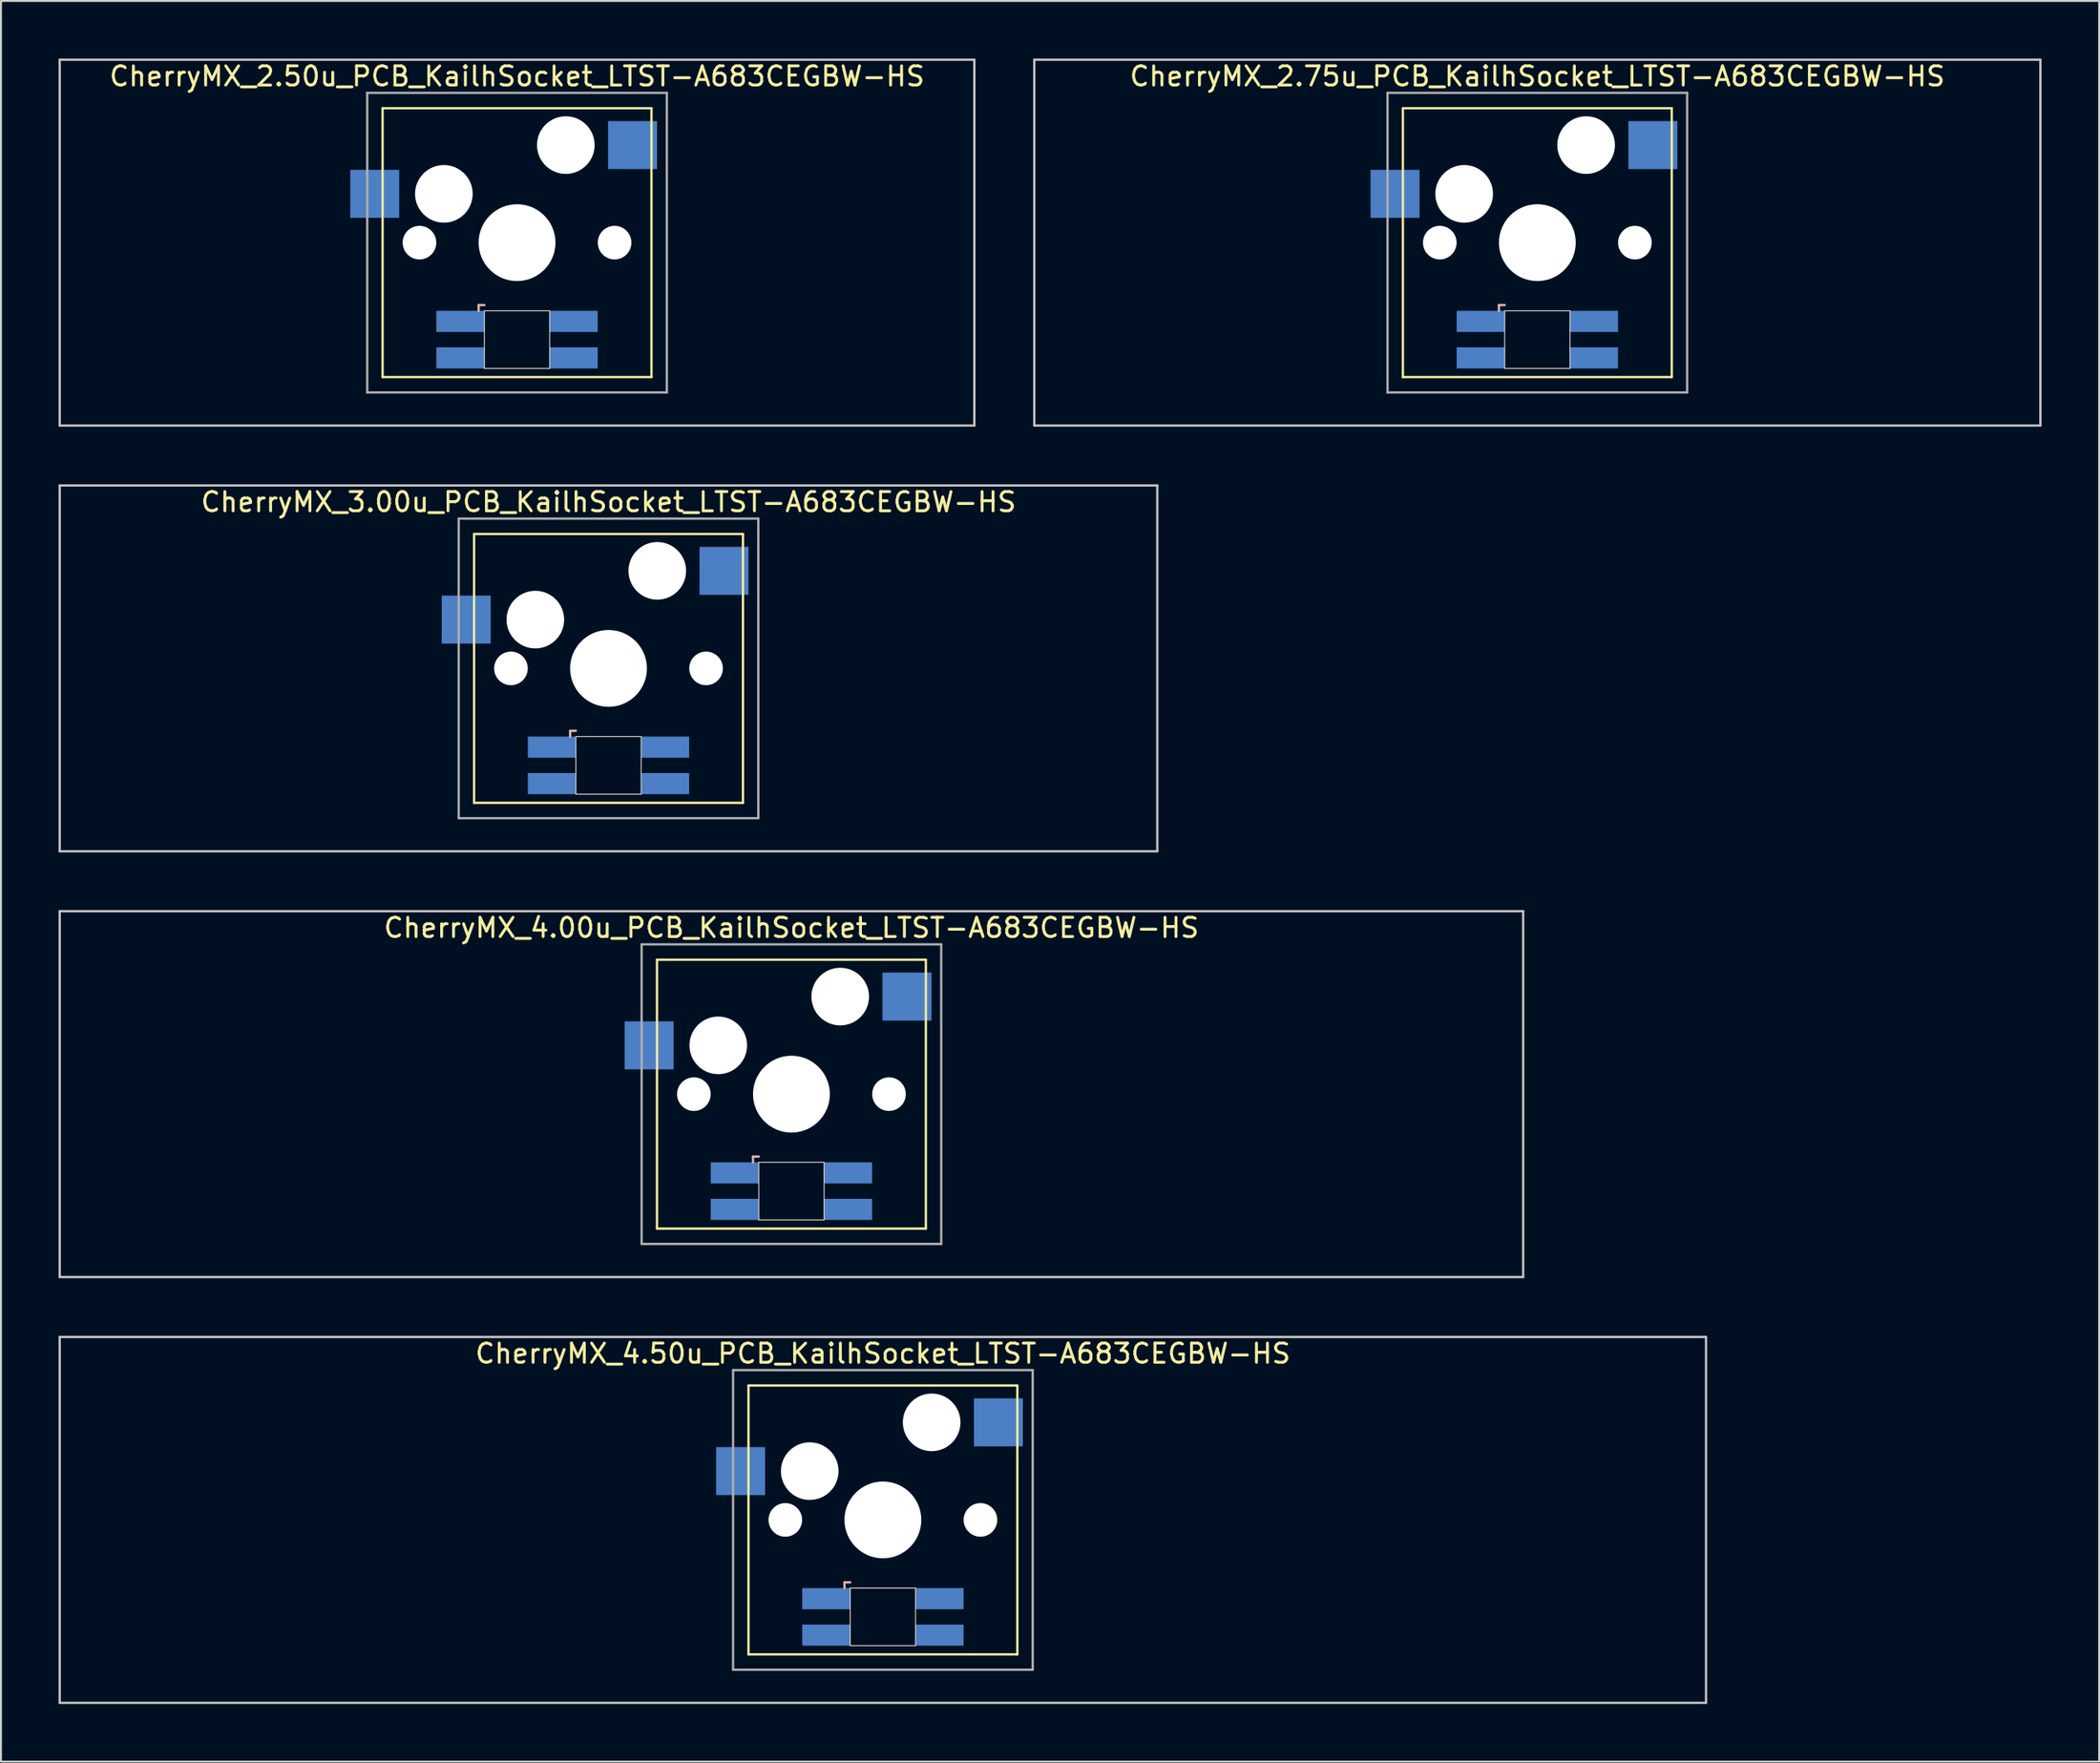
<source format=kicad_pcb>
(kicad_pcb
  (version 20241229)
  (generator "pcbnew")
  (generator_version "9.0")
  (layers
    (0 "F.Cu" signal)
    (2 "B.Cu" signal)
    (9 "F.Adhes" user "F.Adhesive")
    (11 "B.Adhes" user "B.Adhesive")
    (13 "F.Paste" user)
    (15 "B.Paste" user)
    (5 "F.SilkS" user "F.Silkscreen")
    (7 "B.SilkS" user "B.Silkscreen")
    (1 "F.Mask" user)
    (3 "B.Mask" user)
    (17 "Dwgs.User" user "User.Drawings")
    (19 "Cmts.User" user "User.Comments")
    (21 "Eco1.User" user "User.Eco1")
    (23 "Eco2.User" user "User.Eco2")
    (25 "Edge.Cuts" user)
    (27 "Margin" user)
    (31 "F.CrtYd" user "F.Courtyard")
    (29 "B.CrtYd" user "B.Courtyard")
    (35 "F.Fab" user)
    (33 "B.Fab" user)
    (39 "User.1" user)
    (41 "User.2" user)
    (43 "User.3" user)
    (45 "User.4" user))
  (footprint "CherryMX_3.00u_PCB_KailhSocket_LTST-A683CEGBW-HS"
    (layer "F.Cu")
    (at 28.635 31.755)
    (property "Reference" "CherryMX_3.00u_PCB_KailhSocket_LTST-A683CEGBW-HS" (at 0 -8.662 0) (layer "F.SilkS") (effects (font (size 1 1) (thickness 0.15))))
    (attr through_hole)
    (fp_line (start -7 -7) (end -7 7) (stroke (width 0.12) (type solid)) (layer "F.SilkS"))
    (fp_line (start -7 -7) (end 7 -7) (stroke (width 0.12) (type solid)) (layer "F.SilkS"))
    (fp_line (start 7 -7) (end 7 7) (stroke (width 0.12) (type solid)) (layer "F.SilkS"))
    (fp_line (start 7 7) (end -7 7) (stroke (width 0.12) (type solid)) (layer "F.SilkS"))
    (fp_line (start -2 3.25) (end -2 3.55) (stroke (width 0.12) (type solid)) (layer "B.SilkS"))
    (fp_line (start -1.7 3.25) (end -2 3.25) (stroke (width 0.12) (type solid)) (layer "B.SilkS"))
    (fp_line (start -28.575 -9.525) (end 28.575 -9.525) (stroke (width 0.12) (type solid)) (layer "Dwgs.User"))
    (fp_line (start -28.575 9.525) (end -28.575 -9.525) (stroke (width 0.12) (type solid)) (layer "Dwgs.User"))
    (fp_line (start 28.575 -9.525) (end 28.575 9.525) (stroke (width 0.12) (type solid)) (layer "Dwgs.User"))
    (fp_line (start 28.575 9.525) (end -28.575 9.525) (stroke (width 0.12) (type solid)) (layer "Dwgs.User"))
    (fp_line (start -1.7 3.55) (end 1.7 3.55) (stroke (width 0.05) (type solid)) (layer "Edge.Cuts"))
    (fp_line (start -1.7 6.55) (end -1.7 3.55) (stroke (width 0.05) (type solid)) (layer "Edge.Cuts"))
    (fp_line (start 1.7 3.55) (end 1.7 6.55) (stroke (width 0.05) (type solid)) (layer "Edge.Cuts"))
    (fp_line (start 1.7 6.55) (end -1.7 6.55) (stroke (width 0.05) (type solid)) (layer "Edge.Cuts"))
    (fp_line (start -7.8 -7.8) (end -7.8 7.8) (stroke (width 0.12) (type solid)) (layer "F.Fab"))
    (fp_line (start -7.8 -7.8) (end 7.8 -7.8) (stroke (width 0.12) (type solid)) (layer "F.Fab"))
    (fp_line (start -7.8 7.8) (end 7.8 7.8) (stroke (width 0.12) (type solid)) (layer "F.Fab"))
    (fp_line (start 7.8 -7.8) (end 7.8 7.8) (stroke (width 0.12) (type solid)) (layer "F.Fab"))
    (pad "" np_thru_hole circle (at -5.08 0) (size 1.75 1.75) (drill 1.75) (layers "*.Cu" "*.Mask"))
    (pad "" np_thru_hole circle (at -3.81 -2.54) (size 3 3) (drill 3) (layers "*.Cu" "*.Mask"))
    (pad "" np_thru_hole circle (at 0 0) (size 4 4) (drill 4) (layers "*.Cu" "*.Mask"))
    (pad "" np_thru_hole circle (at 2.54 -5.08) (size 3 3) (drill 3) (layers "*.Cu" "*.Mask"))
    (pad "" np_thru_hole circle (at 5.08 0) (size 1.75 1.75) (drill 1.75) (layers "*.Cu" "*.Mask"))
    (pad "1" smd rect (at -7.41 -2.54) (size 2.55 2.5) (layers "B.Cu" "B.Mask" "B.Paste"))
    (pad "2" smd rect (at 6.015 -5.08) (size 2.55 2.5) (layers "B.Cu" "B.Mask" "B.Paste"))
    (pad "3" smd rect (at -2.95 4.1) (size 2.5 1.1) (layers "B.Cu" "B.Mask" "B.Paste"))
    (pad "4" smd rect (at -2.95 6) (size 2.5 1.1) (layers "B.Cu" "B.Mask" "B.Paste"))
    (pad "5" smd rect (at 2.95 4.1) (size 2.5 1.1) (layers "B.Cu" "B.Mask" "B.Paste"))
    (pad "6" smd rect (at 2.95 6) (size 2.5 1.1) (layers "B.Cu" "B.Mask" "B.Paste")))
  (footprint "CherryMX_2.75u_PCB_KailhSocket_LTST-A683CEGBW-HS"
    (layer "F.Cu")
    (at 76.999 9.585)
    (property "Reference" "CherryMX_2.75u_PCB_KailhSocket_LTST-A683CEGBW-HS" (at 0 -8.662 0) (layer "F.SilkS") (effects (font (size 1 1) (thickness 0.15))))
    (attr through_hole)
    (fp_line (start -7 -7) (end -7 7) (stroke (width 0.12) (type solid)) (layer "F.SilkS"))
    (fp_line (start -7 -7) (end 7 -7) (stroke (width 0.12) (type solid)) (layer "F.SilkS"))
    (fp_line (start 7 -7) (end 7 7) (stroke (width 0.12) (type solid)) (layer "F.SilkS"))
    (fp_line (start 7 7) (end -7 7) (stroke (width 0.12) (type solid)) (layer "F.SilkS"))
    (fp_line (start -2 3.25) (end -2 3.55) (stroke (width 0.12) (type solid)) (layer "B.SilkS"))
    (fp_line (start -1.7 3.25) (end -2 3.25) (stroke (width 0.12) (type solid)) (layer "B.SilkS"))
    (fp_line (start -26.194 -9.525) (end 26.194 -9.525) (stroke (width 0.12) (type solid)) (layer "Dwgs.User"))
    (fp_line (start -26.194 9.525) (end -26.194 -9.525) (stroke (width 0.12) (type solid)) (layer "Dwgs.User"))
    (fp_line (start 26.194 -9.525) (end 26.194 9.525) (stroke (width 0.12) (type solid)) (layer "Dwgs.User"))
    (fp_line (start 26.194 9.525) (end -26.194 9.525) (stroke (width 0.12) (type solid)) (layer "Dwgs.User"))
    (fp_line (start -1.7 3.55) (end 1.7 3.55) (stroke (width 0.05) (type solid)) (layer "Edge.Cuts"))
    (fp_line (start -1.7 6.55) (end -1.7 3.55) (stroke (width 0.05) (type solid)) (layer "Edge.Cuts"))
    (fp_line (start 1.7 3.55) (end 1.7 6.55) (stroke (width 0.05) (type solid)) (layer "Edge.Cuts"))
    (fp_line (start 1.7 6.55) (end -1.7 6.55) (stroke (width 0.05) (type solid)) (layer "Edge.Cuts"))
    (fp_line (start -7.8 -7.8) (end -7.8 7.8) (stroke (width 0.12) (type solid)) (layer "F.Fab"))
    (fp_line (start -7.8 -7.8) (end 7.8 -7.8) (stroke (width 0.12) (type solid)) (layer "F.Fab"))
    (fp_line (start -7.8 7.8) (end 7.8 7.8) (stroke (width 0.12) (type solid)) (layer "F.Fab"))
    (fp_line (start 7.8 -7.8) (end 7.8 7.8) (stroke (width 0.12) (type solid)) (layer "F.Fab"))
    (pad "" np_thru_hole circle (at -5.08 0) (size 1.75 1.75) (drill 1.75) (layers "*.Cu" "*.Mask"))
    (pad "" np_thru_hole circle (at -3.81 -2.54) (size 3 3) (drill 3) (layers "*.Cu" "*.Mask"))
    (pad "" np_thru_hole circle (at 0 0) (size 4 4) (drill 4) (layers "*.Cu" "*.Mask"))
    (pad "" np_thru_hole circle (at 2.54 -5.08) (size 3 3) (drill 3) (layers "*.Cu" "*.Mask"))
    (pad "" np_thru_hole circle (at 5.08 0) (size 1.75 1.75) (drill 1.75) (layers "*.Cu" "*.Mask"))
    (pad "1" smd rect (at -7.41 -2.54) (size 2.55 2.5) (layers "B.Cu" "B.Mask" "B.Paste"))
    (pad "2" smd rect (at 6.015 -5.08) (size 2.55 2.5) (layers "B.Cu" "B.Mask" "B.Paste"))
    (pad "3" smd rect (at -2.95 4.1) (size 2.5 1.1) (layers "B.Cu" "B.Mask" "B.Paste"))
    (pad "4" smd rect (at -2.95 6) (size 2.5 1.1) (layers "B.Cu" "B.Mask" "B.Paste"))
    (pad "5" smd rect (at 2.95 4.1) (size 2.5 1.1) (layers "B.Cu" "B.Mask" "B.Paste"))
    (pad "6" smd rect (at 2.95 6) (size 2.5 1.1) (layers "B.Cu" "B.Mask" "B.Paste")))
  (footprint "CherryMX_4.50u_PCB_KailhSocket_LTST-A683CEGBW-HS"
    (layer "F.Cu")
    (at 42.922 76.095)
    (property "Reference" "CherryMX_4.50u_PCB_KailhSocket_LTST-A683CEGBW-HS" (at 0 -8.662 0) (layer "F.SilkS") (effects (font (size 1 1) (thickness 0.15))))
    (attr through_hole)
    (fp_line (start -7 -7) (end -7 7) (stroke (width 0.12) (type solid)) (layer "F.SilkS"))
    (fp_line (start -7 -7) (end 7 -7) (stroke (width 0.12) (type solid)) (layer "F.SilkS"))
    (fp_line (start 7 -7) (end 7 7) (stroke (width 0.12) (type solid)) (layer "F.SilkS"))
    (fp_line (start 7 7) (end -7 7) (stroke (width 0.12) (type solid)) (layer "F.SilkS"))
    (fp_line (start -2 3.25) (end -2 3.55) (stroke (width 0.12) (type solid)) (layer "B.SilkS"))
    (fp_line (start -1.7 3.25) (end -2 3.25) (stroke (width 0.12) (type solid)) (layer "B.SilkS"))
    (fp_line (start -42.862 -9.525) (end 42.862 -9.525) (stroke (width 0.12) (type solid)) (layer "Dwgs.User"))
    (fp_line (start -42.862 9.525) (end -42.862 -9.525) (stroke (width 0.12) (type solid)) (layer "Dwgs.User"))
    (fp_line (start 42.862 -9.525) (end 42.862 9.525) (stroke (width 0.12) (type solid)) (layer "Dwgs.User"))
    (fp_line (start 42.862 9.525) (end -42.862 9.525) (stroke (width 0.12) (type solid)) (layer "Dwgs.User"))
    (fp_line (start -1.7 3.55) (end 1.7 3.55) (stroke (width 0.05) (type solid)) (layer "Edge.Cuts"))
    (fp_line (start -1.7 6.55) (end -1.7 3.55) (stroke (width 0.05) (type solid)) (layer "Edge.Cuts"))
    (fp_line (start 1.7 3.55) (end 1.7 6.55) (stroke (width 0.05) (type solid)) (layer "Edge.Cuts"))
    (fp_line (start 1.7 6.55) (end -1.7 6.55) (stroke (width 0.05) (type solid)) (layer "Edge.Cuts"))
    (fp_line (start -7.8 -7.8) (end -7.8 7.8) (stroke (width 0.12) (type solid)) (layer "F.Fab"))
    (fp_line (start -7.8 -7.8) (end 7.8 -7.8) (stroke (width 0.12) (type solid)) (layer "F.Fab"))
    (fp_line (start -7.8 7.8) (end 7.8 7.8) (stroke (width 0.12) (type solid)) (layer "F.Fab"))
    (fp_line (start 7.8 -7.8) (end 7.8 7.8) (stroke (width 0.12) (type solid)) (layer "F.Fab"))
    (pad "" np_thru_hole circle (at -5.08 0) (size 1.75 1.75) (drill 1.75) (layers "*.Cu" "*.Mask"))
    (pad "" np_thru_hole circle (at -3.81 -2.54) (size 3 3) (drill 3) (layers "*.Cu" "*.Mask"))
    (pad "" np_thru_hole circle (at 0 0) (size 4 4) (drill 4) (layers "*.Cu" "*.Mask"))
    (pad "" np_thru_hole circle (at 2.54 -5.08) (size 3 3) (drill 3) (layers "*.Cu" "*.Mask"))
    (pad "" np_thru_hole circle (at 5.08 0) (size 1.75 1.75) (drill 1.75) (layers "*.Cu" "*.Mask"))
    (pad "1" smd rect (at -7.41 -2.54) (size 2.55 2.5) (layers "B.Cu" "B.Mask" "B.Paste"))
    (pad "2" smd rect (at 6.015 -5.08) (size 2.55 2.5) (layers "B.Cu" "B.Mask" "B.Paste"))
    (pad "3" smd rect (at -2.95 4.1) (size 2.5 1.1) (layers "B.Cu" "B.Mask" "B.Paste"))
    (pad "4" smd rect (at -2.95 6) (size 2.5 1.1) (layers "B.Cu" "B.Mask" "B.Paste"))
    (pad "5" smd rect (at 2.95 4.1) (size 2.5 1.1) (layers "B.Cu" "B.Mask" "B.Paste"))
    (pad "6" smd rect (at 2.95 6) (size 2.5 1.1) (layers "B.Cu" "B.Mask" "B.Paste")))
  (footprint "CherryMX_4.00u_PCB_KailhSocket_LTST-A683CEGBW-HS"
    (layer "F.Cu")
    (at 38.16 53.925)
    (property "Reference" "CherryMX_4.00u_PCB_KailhSocket_LTST-A683CEGBW-HS" (at 0 -8.662 0) (layer "F.SilkS") (effects (font (size 1 1) (thickness 0.15))))
    (attr through_hole)
    (fp_line (start -7 -7) (end -7 7) (stroke (width 0.12) (type solid)) (layer "F.SilkS"))
    (fp_line (start -7 -7) (end 7 -7) (stroke (width 0.12) (type solid)) (layer "F.SilkS"))
    (fp_line (start 7 -7) (end 7 7) (stroke (width 0.12) (type solid)) (layer "F.SilkS"))
    (fp_line (start 7 7) (end -7 7) (stroke (width 0.12) (type solid)) (layer "F.SilkS"))
    (fp_line (start -2 3.25) (end -2 3.55) (stroke (width 0.12) (type solid)) (layer "B.SilkS"))
    (fp_line (start -1.7 3.25) (end -2 3.25) (stroke (width 0.12) (type solid)) (layer "B.SilkS"))
    (fp_line (start -38.1 -9.525) (end 38.1 -9.525) (stroke (width 0.12) (type solid)) (layer "Dwgs.User"))
    (fp_line (start -38.1 9.525) (end -38.1 -9.525) (stroke (width 0.12) (type solid)) (layer "Dwgs.User"))
    (fp_line (start 38.1 -9.525) (end 38.1 9.525) (stroke (width 0.12) (type solid)) (layer "Dwgs.User"))
    (fp_line (start 38.1 9.525) (end -38.1 9.525) (stroke (width 0.12) (type solid)) (layer "Dwgs.User"))
    (fp_line (start -1.7 3.55) (end 1.7 3.55) (stroke (width 0.05) (type solid)) (layer "Edge.Cuts"))
    (fp_line (start -1.7 6.55) (end -1.7 3.55) (stroke (width 0.05) (type solid)) (layer "Edge.Cuts"))
    (fp_line (start 1.7 3.55) (end 1.7 6.55) (stroke (width 0.05) (type solid)) (layer "Edge.Cuts"))
    (fp_line (start 1.7 6.55) (end -1.7 6.55) (stroke (width 0.05) (type solid)) (layer "Edge.Cuts"))
    (fp_line (start -7.8 -7.8) (end -7.8 7.8) (stroke (width 0.12) (type solid)) (layer "F.Fab"))
    (fp_line (start -7.8 -7.8) (end 7.8 -7.8) (stroke (width 0.12) (type solid)) (layer "F.Fab"))
    (fp_line (start -7.8 7.8) (end 7.8 7.8) (stroke (width 0.12) (type solid)) (layer "F.Fab"))
    (fp_line (start 7.8 -7.8) (end 7.8 7.8) (stroke (width 0.12) (type solid)) (layer "F.Fab"))
    (pad "" np_thru_hole circle (at -5.08 0) (size 1.75 1.75) (drill 1.75) (layers "*.Cu" "*.Mask"))
    (pad "" np_thru_hole circle (at -3.81 -2.54) (size 3 3) (drill 3) (layers "*.Cu" "*.Mask"))
    (pad "" np_thru_hole circle (at 0 0) (size 4 4) (drill 4) (layers "*.Cu" "*.Mask"))
    (pad "" np_thru_hole circle (at 2.54 -5.08) (size 3 3) (drill 3) (layers "*.Cu" "*.Mask"))
    (pad "" np_thru_hole circle (at 5.08 0) (size 1.75 1.75) (drill 1.75) (layers "*.Cu" "*.Mask"))
    (pad "1" smd rect (at -7.41 -2.54) (size 2.55 2.5) (layers "B.Cu" "B.Mask" "B.Paste"))
    (pad "2" smd rect (at 6.015 -5.08) (size 2.55 2.5) (layers "B.Cu" "B.Mask" "B.Paste"))
    (pad "3" smd rect (at -2.95 4.1) (size 2.5 1.1) (layers "B.Cu" "B.Mask" "B.Paste"))
    (pad "4" smd rect (at -2.95 6) (size 2.5 1.1) (layers "B.Cu" "B.Mask" "B.Paste"))
    (pad "5" smd rect (at 2.95 4.1) (size 2.5 1.1) (layers "B.Cu" "B.Mask" "B.Paste"))
    (pad "6" smd rect (at 2.95 6) (size 2.5 1.1) (layers "B.Cu" "B.Mask" "B.Paste")))
  (footprint "CherryMX_2.50u_PCB_KailhSocket_LTST-A683CEGBW-HS"
    (layer "F.Cu")
    (at 23.872 9.585)
    (property "Reference" "CherryMX_2.50u_PCB_KailhSocket_LTST-A683CEGBW-HS" (at 0 -8.662 0) (layer "F.SilkS") (effects (font (size 1 1) (thickness 0.15))))
    (attr through_hole)
    (fp_line (start -7 -7) (end -7 7) (stroke (width 0.12) (type solid)) (layer "F.SilkS"))
    (fp_line (start -7 -7) (end 7 -7) (stroke (width 0.12) (type solid)) (layer "F.SilkS"))
    (fp_line (start 7 -7) (end 7 7) (stroke (width 0.12) (type solid)) (layer "F.SilkS"))
    (fp_line (start 7 7) (end -7 7) (stroke (width 0.12) (type solid)) (layer "F.SilkS"))
    (fp_line (start -2 3.25) (end -2 3.55) (stroke (width 0.12) (type solid)) (layer "B.SilkS"))
    (fp_line (start -1.7 3.25) (end -2 3.25) (stroke (width 0.12) (type solid)) (layer "B.SilkS"))
    (fp_line (start -23.812 -9.525) (end 23.812 -9.525) (stroke (width 0.12) (type solid)) (layer "Dwgs.User"))
    (fp_line (start -23.812 9.525) (end -23.812 -9.525) (stroke (width 0.12) (type solid)) (layer "Dwgs.User"))
    (fp_line (start 23.812 -9.525) (end 23.812 9.525) (stroke (width 0.12) (type solid)) (layer "Dwgs.User"))
    (fp_line (start 23.812 9.525) (end -23.812 9.525) (stroke (width 0.12) (type solid)) (layer "Dwgs.User"))
    (fp_line (start -1.7 3.55) (end 1.7 3.55) (stroke (width 0.05) (type solid)) (layer "Edge.Cuts"))
    (fp_line (start -1.7 6.55) (end -1.7 3.55) (stroke (width 0.05) (type solid)) (layer "Edge.Cuts"))
    (fp_line (start 1.7 3.55) (end 1.7 6.55) (stroke (width 0.05) (type solid)) (layer "Edge.Cuts"))
    (fp_line (start 1.7 6.55) (end -1.7 6.55) (stroke (width 0.05) (type solid)) (layer "Edge.Cuts"))
    (fp_line (start -7.8 -7.8) (end -7.8 7.8) (stroke (width 0.12) (type solid)) (layer "F.Fab"))
    (fp_line (start -7.8 -7.8) (end 7.8 -7.8) (stroke (width 0.12) (type solid)) (layer "F.Fab"))
    (fp_line (start -7.8 7.8) (end 7.8 7.8) (stroke (width 0.12) (type solid)) (layer "F.Fab"))
    (fp_line (start 7.8 -7.8) (end 7.8 7.8) (stroke (width 0.12) (type solid)) (layer "F.Fab"))
    (pad "" np_thru_hole circle (at -5.08 0) (size 1.75 1.75) (drill 1.75) (layers "*.Cu" "*.Mask"))
    (pad "" np_thru_hole circle (at -3.81 -2.54) (size 3 3) (drill 3) (layers "*.Cu" "*.Mask"))
    (pad "" np_thru_hole circle (at 0 0) (size 4 4) (drill 4) (layers "*.Cu" "*.Mask"))
    (pad "" np_thru_hole circle (at 2.54 -5.08) (size 3 3) (drill 3) (layers "*.Cu" "*.Mask"))
    (pad "" np_thru_hole circle (at 5.08 0) (size 1.75 1.75) (drill 1.75) (layers "*.Cu" "*.Mask"))
    (pad "1" smd rect (at -7.41 -2.54) (size 2.55 2.5) (layers "B.Cu" "B.Mask" "B.Paste"))
    (pad "2" smd rect (at 6.015 -5.08) (size 2.55 2.5) (layers "B.Cu" "B.Mask" "B.Paste"))
    (pad "3" smd rect (at -2.95 4.1) (size 2.5 1.1) (layers "B.Cu" "B.Mask" "B.Paste"))
    (pad "4" smd rect (at -2.95 6) (size 2.5 1.1) (layers "B.Cu" "B.Mask" "B.Paste"))
    (pad "5" smd rect (at 2.95 4.1) (size 2.5 1.1) (layers "B.Cu" "B.Mask" "B.Paste"))
    (pad "6" smd rect (at 2.95 6) (size 2.5 1.1) (layers "B.Cu" "B.Mask" "B.Paste")))
  (gr_rect
    (start -3 -3)
    (end 106.252 88.68)
    (stroke (width 0.1) (type default))
    (fill no)
    (layer "Edge.Cuts")))
</source>
